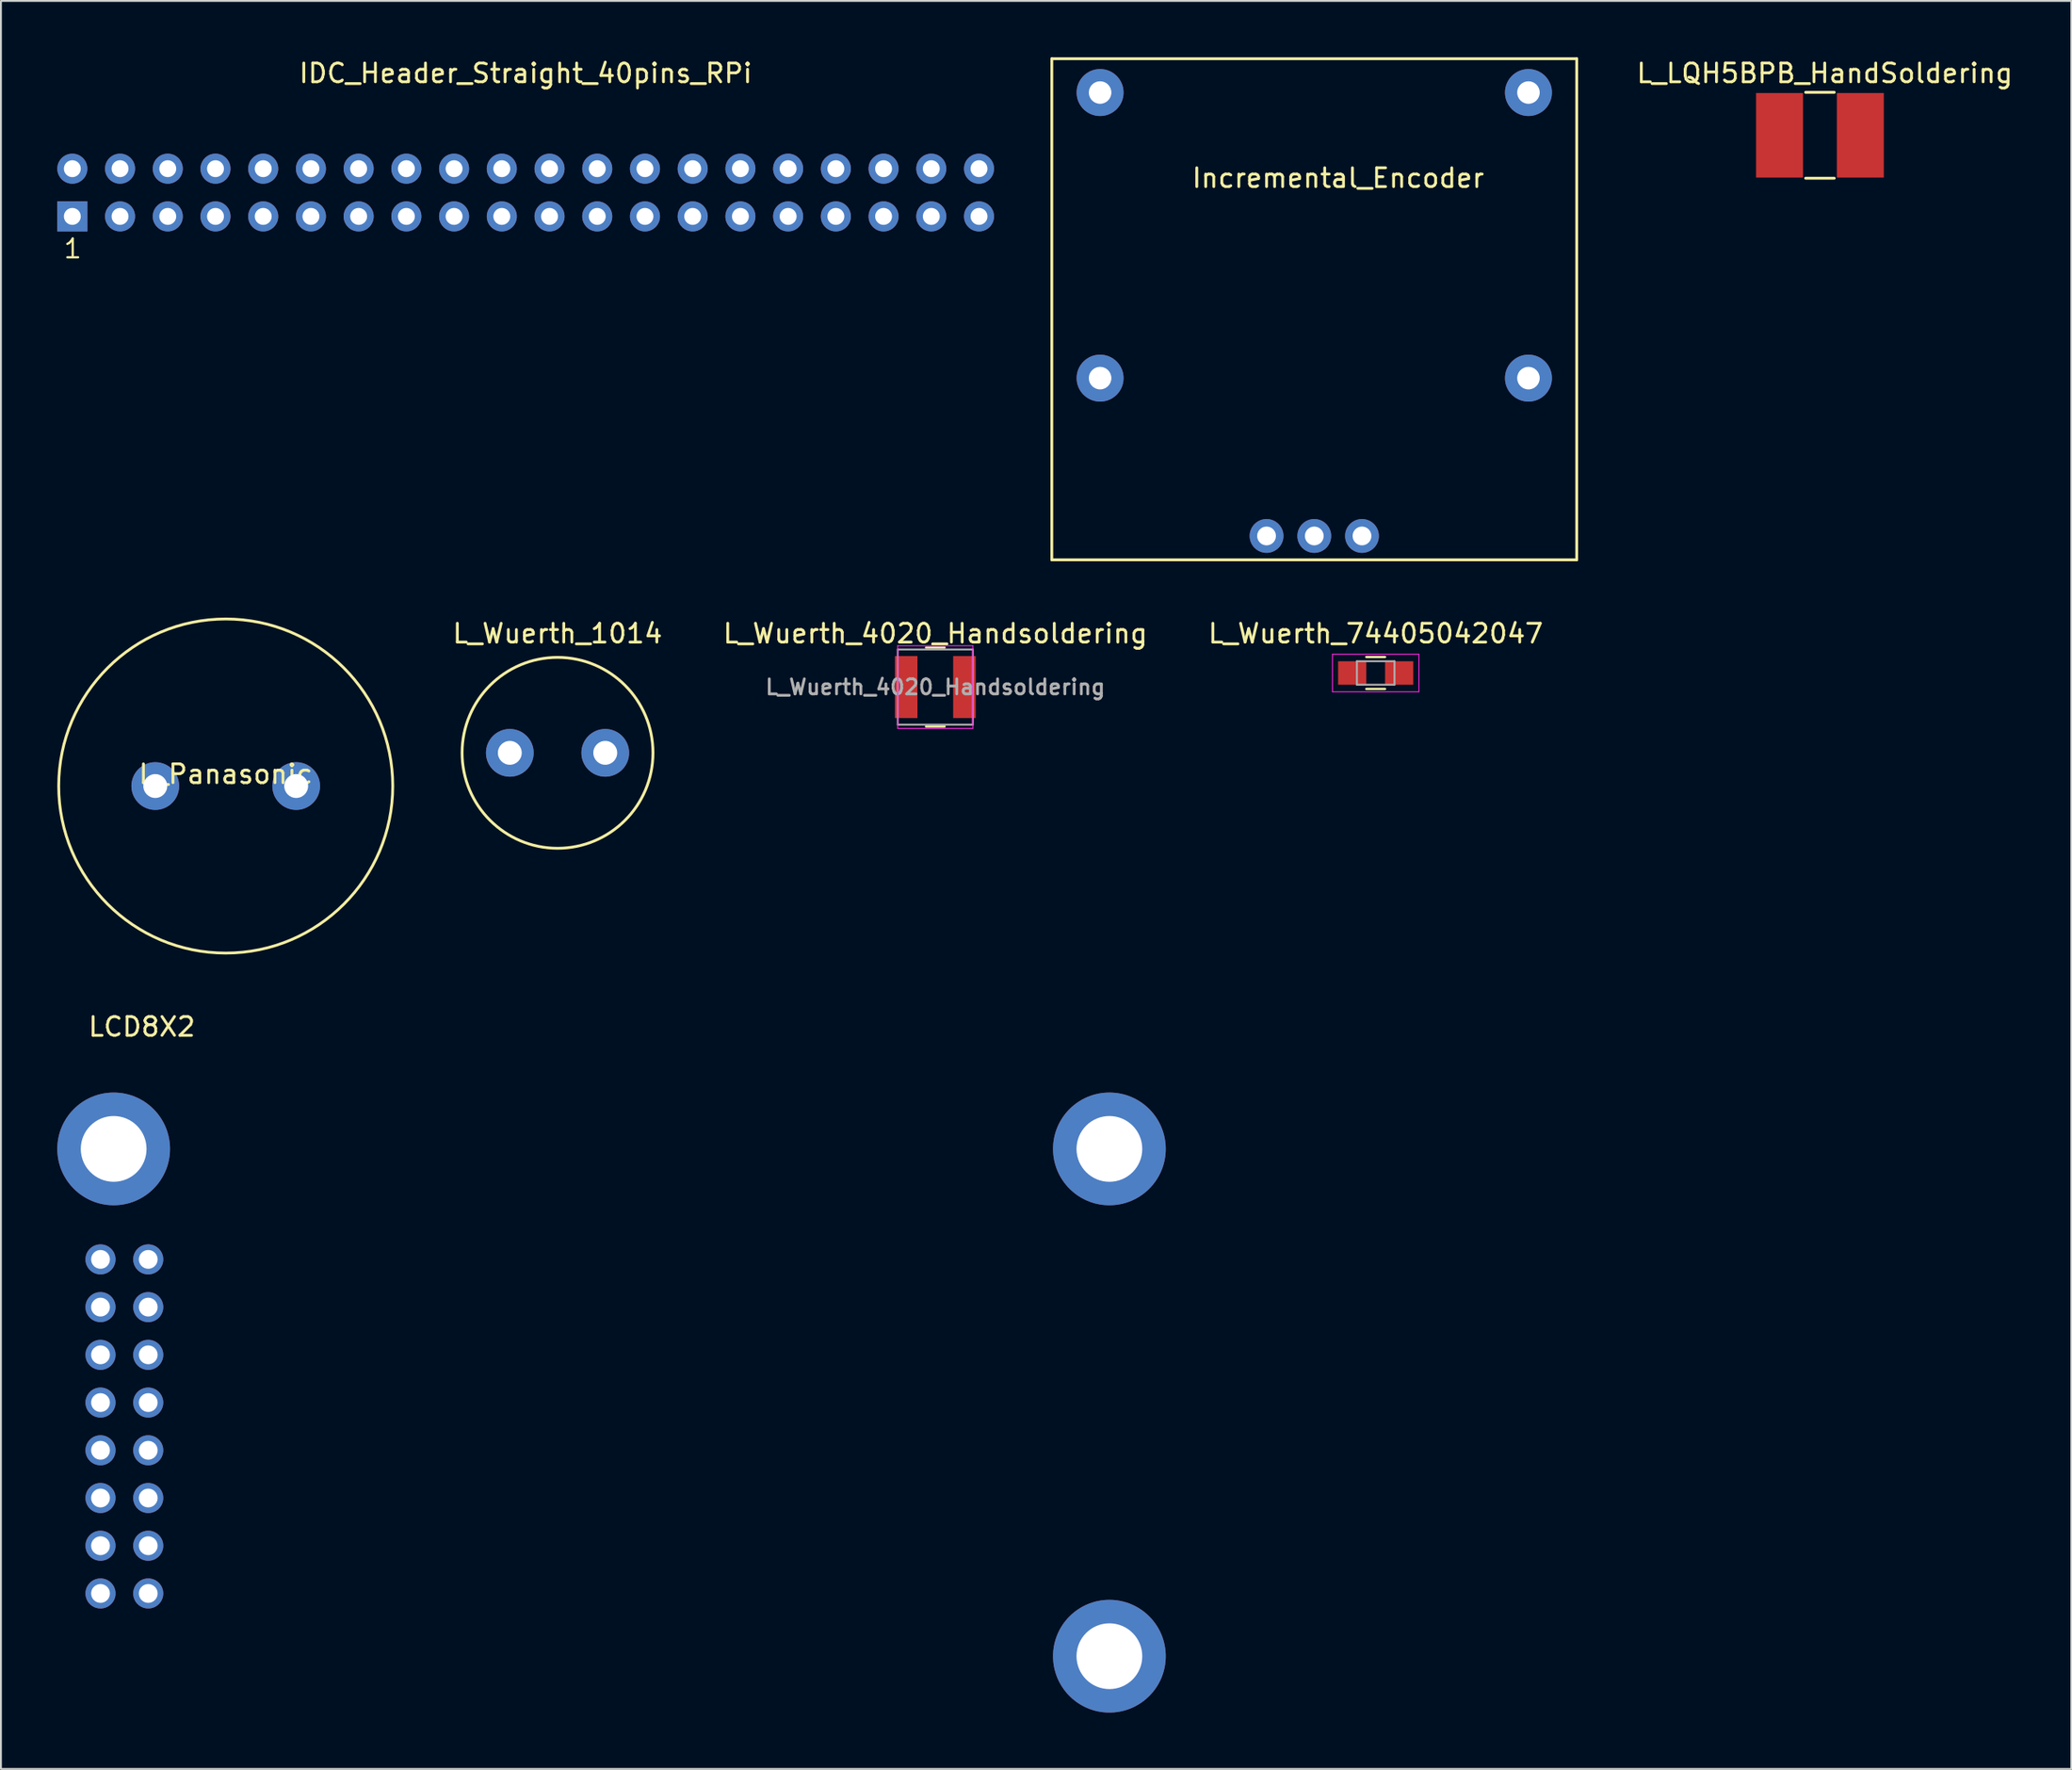
<source format=kicad_pcb>
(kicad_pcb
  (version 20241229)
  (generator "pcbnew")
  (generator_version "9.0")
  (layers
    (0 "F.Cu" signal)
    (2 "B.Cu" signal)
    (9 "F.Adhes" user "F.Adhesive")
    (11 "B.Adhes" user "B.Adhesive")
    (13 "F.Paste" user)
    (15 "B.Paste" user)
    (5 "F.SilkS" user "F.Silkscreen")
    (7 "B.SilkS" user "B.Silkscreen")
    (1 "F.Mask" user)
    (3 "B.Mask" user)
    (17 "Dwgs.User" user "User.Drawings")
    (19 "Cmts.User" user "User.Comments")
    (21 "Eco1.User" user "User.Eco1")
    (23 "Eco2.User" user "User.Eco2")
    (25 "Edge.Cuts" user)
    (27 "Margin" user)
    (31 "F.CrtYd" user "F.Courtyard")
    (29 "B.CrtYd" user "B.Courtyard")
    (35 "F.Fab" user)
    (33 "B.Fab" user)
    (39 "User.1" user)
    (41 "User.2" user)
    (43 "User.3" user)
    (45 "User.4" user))
  (footprint "L_Wuerth_4020_Handsoldering"
    (layer "F.Cu")
    (at 46.734 33.518)
    (property "Reference" "L_Wuerth_4020_Handsoldering" (at 0 -2.85 0) (layer "F.SilkS") (effects (font (size 1 1) (thickness 0.15))))
    (attr smd)
    (fp_line (start -0.495 -2.1) (end 0.495 -2.1) (stroke (width 0.12) (type solid)) (layer "F.SilkS"))
    (fp_line (start -0.495 2.1) (end 0.495 2.1) (stroke (width 0.12) (type solid)) (layer "F.SilkS"))
    (fp_line (start -2 -2.2) (end -2 2.2) (stroke (width 0.05) (type solid)) (layer "F.CrtYd"))
    (fp_line (start -2 2.2) (end 2 2.2) (stroke (width 0.05) (type solid)) (layer "F.CrtYd"))
    (fp_line (start 2 -2.2) (end -2 -2.2) (stroke (width 0.05) (type solid)) (layer "F.CrtYd"))
    (fp_line (start 2 2.2) (end 2 -2.2) (stroke (width 0.05) (type solid)) (layer "F.CrtYd"))
    (fp_line (start -2 -2) (end -2 2) (stroke (width 0.1) (type solid)) (layer "F.Fab"))
    (fp_line (start -2 2) (end 2 2) (stroke (width 0.1) (type solid)) (layer "F.Fab"))
    (fp_line (start 2 -2) (end -2 -2) (stroke (width 0.1) (type solid)) (layer "F.Fab"))
    (fp_line (start 2 2) (end 2 -2) (stroke (width 0.1) (type solid)) (layer "F.Fab"))
    (fp_text user "${REFERENCE}" (at 0 0 0) (layer "F.Fab") (effects (font (size 0.8 0.8) (thickness 0.15))))
    (pad "1" smd rect (at -1.55 0) (size 1.2 3.3) (layers "F.Cu" "F.Mask" "F.Paste"))
    (pad "2" smd rect (at 1.55 0) (size 1.2 3.3) (layers "F.Cu" "F.Mask" "F.Paste")))
  (footprint "LCD8X2"
    (layer "F.Cu")
    (at 0.5 55.598)
    (property "Reference" "LCD8X2" (at 4 -4 0) (layer "F.SilkS") (effects (font (size 1 1) (thickness 0.15))))
    (attr through_hole)
    (pad "0" thru_hole circle (at 2.5 2.5) (size 6 6) (drill 3.5) (layers "*.Cu" "*.Mask"))
    (pad "0" thru_hole circle (at 55.5 2.5) (size 6 6) (drill 3.5) (layers "*.Cu" "*.Mask"))
    (pad "0" thru_hole circle (at 55.5 29.5) (size 6 6) (drill 3.5) (layers "*.Cu" "*.Mask"))
    (pad "1" thru_hole circle (at 4.34 23.62) (size 1.6 1.6) (drill 1) (layers "*.Cu" "*.Mask"))
    (pad "2" thru_hole circle (at 1.8 23.62) (size 1.6 1.6) (drill 1) (layers "*.Cu" "*.Mask"))
    (pad "3" thru_hole circle (at 4.34 21.08) (size 1.6 1.6) (drill 1) (layers "*.Cu" "*.Mask"))
    (pad "4" thru_hole circle (at 1.8 21.08) (size 1.6 1.6) (drill 1) (layers "*.Cu" "*.Mask"))
    (pad "5" thru_hole circle (at 4.34 18.54) (size 1.6 1.6) (drill 1) (layers "*.Cu" "*.Mask"))
    (pad "6" thru_hole circle (at 1.8 18.54) (size 1.6 1.6) (drill 1) (layers "*.Cu" "*.Mask"))
    (pad "7" thru_hole circle (at 4.34 16) (size 1.6 1.6) (drill 1) (layers "*.Cu" "*.Mask"))
    (pad "8" thru_hole circle (at 1.8 16) (size 1.6 1.6) (drill 1) (layers "*.Cu" "*.Mask"))
    (pad "9" thru_hole circle (at 4.34 13.46) (size 1.6 1.6) (drill 1) (layers "*.Cu" "*.Mask"))
    (pad "10" thru_hole circle (at 1.8 13.46) (size 1.6 1.6) (drill 1) (layers "*.Cu" "*.Mask"))
    (pad "11" thru_hole circle (at 4.34 10.92) (size 1.6 1.6) (drill 1) (layers "*.Cu" "*.Mask"))
    (pad "12" thru_hole circle (at 1.8 10.92) (size 1.6 1.6) (drill 1) (layers "*.Cu" "*.Mask"))
    (pad "13" thru_hole circle (at 4.34 8.38) (size 1.6 1.6) (drill 1) (layers "*.Cu" "*.Mask"))
    (pad "14" thru_hole circle (at 1.8 8.38) (size 1.6 1.6) (drill 1) (layers "*.Cu" "*.Mask"))
    (pad "15" thru_hole circle (at 4.34 26.16) (size 1.6 1.6) (drill 1) (layers "*.Cu" "*.Mask"))
    (pad "16" thru_hole circle (at 1.8 26.16) (size 1.6 1.6) (drill 1) (layers "*.Cu" "*.Mask")))
  (footprint "L_Wuerth_74405042047"
    (layer "F.Cu")
    (at 70.174 32.768)
    (property "Reference" "L_Wuerth_74405042047" (at 0 -2.1 0) (layer "F.SilkS") (effects (font (size 1 1) (thickness 0.15))))
    (attr smd)
    (fp_line (start -0.5 0.85) (end 0.5 0.85) (stroke (width 0.12) (type solid)) (layer "F.SilkS"))
    (fp_line (start 0.5 -0.85) (end -0.5 -0.85) (stroke (width 0.12) (type solid)) (layer "F.SilkS"))
    (fp_line (start -2.3 -1) (end -2.3 1) (stroke (width 0.05) (type solid)) (layer "F.CrtYd"))
    (fp_line (start -2.3 -1) (end 2.3 -1) (stroke (width 0.05) (type solid)) (layer "F.CrtYd"))
    (fp_line (start -2.3 1) (end 2.3 1) (stroke (width 0.05) (type solid)) (layer "F.CrtYd"))
    (fp_line (start 2.3 -1) (end 2.3 1) (stroke (width 0.05) (type solid)) (layer "F.CrtYd"))
    (fp_line (start -1 -0.625) (end 1 -0.625) (stroke (width 0.1) (type solid)) (layer "F.Fab"))
    (fp_line (start -1 0.625) (end -1 -0.625) (stroke (width 0.1) (type solid)) (layer "F.Fab"))
    (fp_line (start 1 -0.625) (end 1 0.625) (stroke (width 0.1) (type solid)) (layer "F.Fab"))
    (fp_line (start 1 0.625) (end -1 0.625) (stroke (width 0.1) (type solid)) (layer "F.Fab"))
    (pad "1" smd rect (at -1.25 0) (size 1.5 1.25) (layers "F.Cu" "F.Mask" "F.Paste"))
    (pad "2" smd rect (at 1.25 0) (size 1.5 1.25) (layers "F.Cu" "F.Mask" "F.Paste")))
  (footprint "L_LQH5BPB_HandSoldering"
    (layer "F.Cu")
    (at 93.821 4.15)
    (property "Reference" "L_LQH5BPB_HandSoldering" (at 0.254 -3.302 0) (layer "F.SilkS") (effects (font (size 1 1) (thickness 0.15))))
    (attr smd)
    (fp_line (start -0.762 -2.286) (end 0.762 -2.286) (stroke (width 0.15) (type solid)) (layer "F.SilkS"))
    (fp_line (start -0.762 2.286) (end 0.762 2.286) (stroke (width 0.15) (type solid)) (layer "F.SilkS"))
    (pad "1" smd rect (at -2.15 0) (size 2.5 4.5) (layers "F.Cu" "F.Mask" "F.Paste"))
    (pad "2" smd rect (at 2.15 0) (size 2.5 4.5) (layers "F.Cu" "F.Mask" "F.Paste")))
  (footprint "Incremental_Encoder"
    (layer "F.Cu")
    (at 66.905 25.475)
    (property "Reference" "Incremental_Encoder" (at 1.27 -19.05 0) (layer "F.SilkS") (effects (font (size 1 1) (thickness 0.15))))
    (attr through_hole)
    (fp_line (start -13.97 -25.4) (end 13.97 -25.4) (stroke (width 0.15) (type solid)) (layer "F.SilkS"))
    (fp_line (start -13.97 1.27) (end -13.97 -25.4) (stroke (width 0.15) (type solid)) (layer "F.SilkS"))
    (fp_line (start 13.97 -25.4) (end 13.97 1.27) (stroke (width 0.15) (type solid)) (layer "F.SilkS"))
    (fp_line (start 13.97 1.27) (end -13.97 1.27) (stroke (width 0.15) (type solid)) (layer "F.SilkS"))
    (pad "1" thru_hole circle (at -11.4 -23.6) (size 2.5 2.5) (drill 1.2) (layers "*.Cu" "*.Mask"))
    (pad "2" thru_hole circle (at 11.4 -23.6) (size 2.5 2.5) (drill 1.2) (layers "*.Cu" "*.Mask"))
    (pad "3" thru_hole circle (at 11.4 -8.4) (size 2.5 2.5) (drill 1.2) (layers "*.Cu" "*.Mask"))
    (pad "4" thru_hole circle (at -11.4 -8.4) (size 2.5 2.5) (drill 1.2) (layers "*.Cu" "*.Mask"))
    (pad "A" thru_hole circle (at -2.54 0) (size 1.8 1.8) (drill 1) (layers "*.Cu" "*.Mask"))
    (pad "B" thru_hole circle (at 2.54 0) (size 1.8 1.8) (drill 1) (layers "*.Cu" "*.Mask"))
    (pad "C" thru_hole circle (at 0 0) (size 1.8 1.8) (drill 1) (layers "*.Cu" "*.Mask")))
  (footprint "L_Panasonic"
    (layer "F.Cu")
    (at 8.965 38.785)
    (property "Reference" "L_Panasonic" (at 0 -0.635 0) (layer "F.SilkS") (effects (font (size 1 1) (thickness 0.15))))
    (attr through_hole)
    (fp_circle (center 0 0) (end 8.89 0) (stroke (width 0.15) (type solid)) (fill no) (layer "F.SilkS"))
    (pad "1" thru_hole circle (at -3.75 0) (size 2.54 2.54) (drill 1.27) (layers "*.Cu" "*.Mask"))
    (pad "2" thru_hole circle (at 3.75 0) (size 2.54 2.54) (drill 1.27) (layers "*.Cu" "*.Mask")))
  (footprint "L_Wuerth_1014"
    (layer "F.Cu")
    (at 26.626 37.018)
    (property "Reference" "L_Wuerth_1014" (at 0 -6.35 0) (layer "F.SilkS") (effects (font (size 1 1) (thickness 0.15))))
    (attr through_hole)
    (fp_circle (center 0 0) (end 5.08 0) (stroke (width 0.15) (type solid)) (fill no) (layer "F.SilkS"))
    (pad "1" thru_hole circle (at -2.54 0) (size 2.54 2.54) (drill 1.27) (layers "*.Cu" "*.Mask"))
    (pad "2" thru_hole circle (at 2.54 0) (size 2.54 2.54) (drill 1.27) (layers "*.Cu" "*.Mask")))
  (footprint "IDC_Header_Straight_40pins_RPi"
    (layer "F.Cu")
    (at 0.8 8.468)
    (property "Reference" "IDC_Header_Straight_40pins_RPi" (at 24.13 -7.62 0) (layer "F.SilkS") (effects (font (size 1 1) (thickness 0.15))))
    (attr through_hole)
    (fp_text user "1" (at 0.02 1.72 0) (layer "F.SilkS") (effects (font (size 1 1) (thickness 0.12))))
    (pad "1" thru_hole rect (at 0 0) (size 1.6 1.6) (drill 0.9) (layers "*.Cu" "*.Mask"))
    (pad "2" thru_hole oval (at 0 -2.54) (size 1.6 1.6) (drill 0.9) (layers "*.Cu" "*.Mask"))
    (pad "3" thru_hole oval (at 2.54 0) (size 1.6 1.6) (drill 0.9) (layers "*.Cu" "*.Mask"))
    (pad "4" thru_hole oval (at 2.54 -2.54) (size 1.6 1.6) (drill 0.9) (layers "*.Cu" "*.Mask"))
    (pad "5" thru_hole oval (at 5.08 0) (size 1.6 1.6) (drill 0.9) (layers "*.Cu" "*.Mask"))
    (pad "6" thru_hole oval (at 5.08 -2.54) (size 1.6 1.6) (drill 0.9) (layers "*.Cu" "*.Mask"))
    (pad "7" thru_hole oval (at 7.62 0) (size 1.6 1.6) (drill 0.9) (layers "*.Cu" "*.Mask"))
    (pad "8" thru_hole oval (at 7.62 -2.54) (size 1.6 1.6) (drill 0.9) (layers "*.Cu" "*.Mask"))
    (pad "9" thru_hole oval (at 10.16 0) (size 1.6 1.6) (drill 0.9) (layers "*.Cu" "*.Mask"))
    (pad "10" thru_hole oval (at 10.16 -2.54) (size 1.6 1.6) (drill 0.9) (layers "*.Cu" "*.Mask"))
    (pad "11" thru_hole oval (at 12.7 0) (size 1.6 1.6) (drill 0.9) (layers "*.Cu" "*.Mask"))
    (pad "12" thru_hole oval (at 12.7 -2.54) (size 1.6 1.6) (drill 0.9) (layers "*.Cu" "*.Mask"))
    (pad "13" thru_hole oval (at 15.24 0) (size 1.6 1.6) (drill 0.9) (layers "*.Cu" "*.Mask"))
    (pad "14" thru_hole oval (at 15.24 -2.54) (size 1.6 1.6) (drill 0.9) (layers "*.Cu" "*.Mask"))
    (pad "15" thru_hole oval (at 17.78 0) (size 1.6 1.6) (drill 0.9) (layers "*.Cu" "*.Mask"))
    (pad "16" thru_hole oval (at 17.78 -2.54) (size 1.6 1.6) (drill 0.9) (layers "*.Cu" "*.Mask"))
    (pad "17" thru_hole oval (at 20.32 0) (size 1.6 1.6) (drill 0.9) (layers "*.Cu" "*.Mask"))
    (pad "18" thru_hole oval (at 20.32 -2.54) (size 1.6 1.6) (drill 0.9) (layers "*.Cu" "*.Mask"))
    (pad "19" thru_hole oval (at 22.86 0) (size 1.6 1.6) (drill 0.9) (layers "*.Cu" "*.Mask"))
    (pad "20" thru_hole oval (at 22.86 -2.54) (size 1.6 1.6) (drill 0.9) (layers "*.Cu" "*.Mask"))
    (pad "21" thru_hole oval (at 25.4 0) (size 1.6 1.6) (drill 0.9) (layers "*.Cu" "*.Mask"))
    (pad "22" thru_hole oval (at 25.4 -2.54) (size 1.6 1.6) (drill 0.9) (layers "*.Cu" "*.Mask"))
    (pad "23" thru_hole oval (at 27.94 0) (size 1.6 1.6) (drill 0.9) (layers "*.Cu" "*.Mask"))
    (pad "24" thru_hole oval (at 27.94 -2.54) (size 1.6 1.6) (drill 0.9) (layers "*.Cu" "*.Mask"))
    (pad "25" thru_hole oval (at 30.48 0) (size 1.6 1.6) (drill 0.9) (layers "*.Cu" "*.Mask"))
    (pad "26" thru_hole oval (at 30.48 -2.54) (size 1.6 1.6) (drill 0.9) (layers "*.Cu" "*.Mask"))
    (pad "27" thru_hole oval (at 33.02 0) (size 1.6 1.6) (drill 0.9) (layers "*.Cu" "*.Mask"))
    (pad "28" thru_hole oval (at 33.02 -2.54) (size 1.6 1.6) (drill 0.9) (layers "*.Cu" "*.Mask"))
    (pad "29" thru_hole oval (at 35.56 0) (size 1.6 1.6) (drill 0.9) (layers "*.Cu" "*.Mask"))
    (pad "30" thru_hole oval (at 35.56 -2.54) (size 1.6 1.6) (drill 0.9) (layers "*.Cu" "*.Mask"))
    (pad "31" thru_hole oval (at 38.1 0) (size 1.6 1.6) (drill 0.9) (layers "*.Cu" "*.Mask"))
    (pad "32" thru_hole oval (at 38.1 -2.54) (size 1.6 1.6) (drill 0.9) (layers "*.Cu" "*.Mask"))
    (pad "33" thru_hole oval (at 40.64 0) (size 1.6 1.6) (drill 0.9) (layers "*.Cu" "*.Mask"))
    (pad "34" thru_hole oval (at 40.64 -2.54) (size 1.6 1.6) (drill 0.9) (layers "*.Cu" "*.Mask"))
    (pad "35" thru_hole oval (at 43.18 0) (size 1.6 1.6) (drill 0.9) (layers "*.Cu" "*.Mask"))
    (pad "36" thru_hole oval (at 43.18 -2.54) (size 1.6 1.6) (drill 0.9) (layers "*.Cu" "*.Mask"))
    (pad "37" thru_hole oval (at 45.72 0) (size 1.6 1.6) (drill 0.9) (layers "*.Cu" "*.Mask"))
    (pad "38" thru_hole oval (at 45.72 -2.54) (size 1.6 1.6) (drill 0.9) (layers "*.Cu" "*.Mask"))
    (pad "39" thru_hole oval (at 48.26 0) (size 1.6 1.6) (drill 0.9) (layers "*.Cu" "*.Mask"))
    (pad "40" thru_hole oval (at 48.26 -2.54) (size 1.6 1.6) (drill 0.9) (layers "*.Cu" "*.Mask")))
  (gr_rect
    (start -3 -3)
    (end 107.2 91.098)
    (stroke (width 0.1) (type default))
    (fill no)
    (layer "Edge.Cuts")))
</source>
